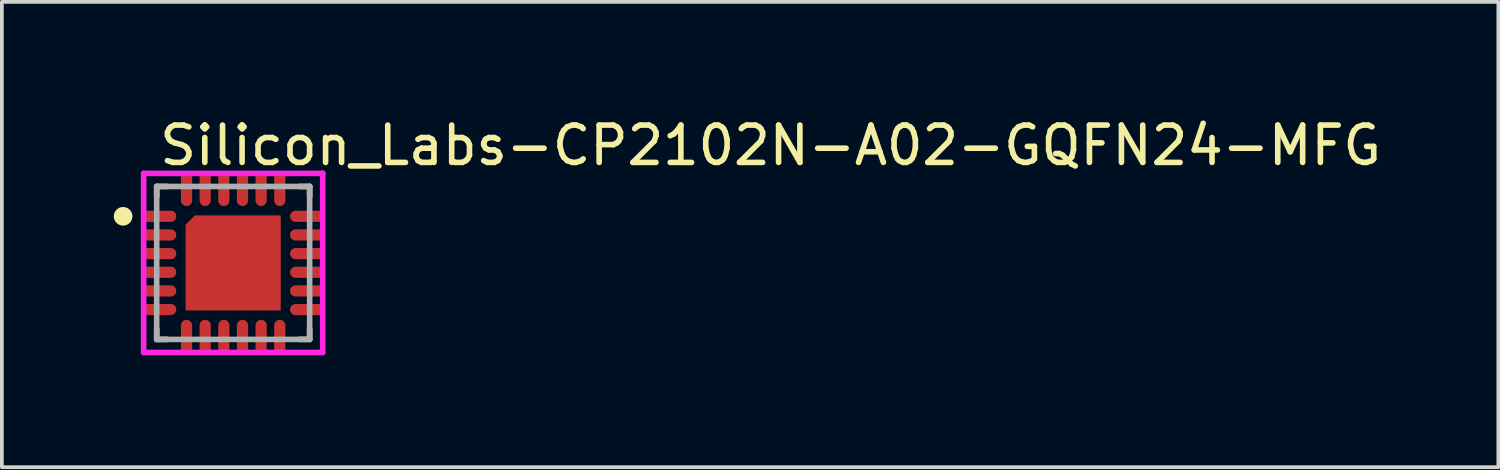
<source format=kicad_pcb>
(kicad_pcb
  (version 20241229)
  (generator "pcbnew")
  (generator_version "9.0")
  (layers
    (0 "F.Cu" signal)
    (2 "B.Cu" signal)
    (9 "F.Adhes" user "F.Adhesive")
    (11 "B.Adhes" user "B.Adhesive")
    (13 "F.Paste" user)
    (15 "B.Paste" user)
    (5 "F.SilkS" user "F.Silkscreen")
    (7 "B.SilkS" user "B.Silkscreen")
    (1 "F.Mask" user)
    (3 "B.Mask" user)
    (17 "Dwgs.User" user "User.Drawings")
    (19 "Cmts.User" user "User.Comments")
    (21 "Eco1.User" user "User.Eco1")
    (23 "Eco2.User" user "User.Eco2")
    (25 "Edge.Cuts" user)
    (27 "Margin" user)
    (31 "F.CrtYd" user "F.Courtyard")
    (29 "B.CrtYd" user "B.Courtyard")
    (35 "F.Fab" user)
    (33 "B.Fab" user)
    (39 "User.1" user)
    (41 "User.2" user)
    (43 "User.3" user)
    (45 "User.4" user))
  (footprint "Silicon_Labs-CP2102N-A02-GQFN24-MFG"
    (layer "F.Cu")
    (at 3.2 3.998)
    (property "Reference" "Silicon_Labs-CP2102N-A02-GQFN24-MFG" (at -2.05 -3.15 0) (layer "F.SilkS") (effects (font (size 1 1) (thickness 0.15)) (justify left)))
    (attr through_hole)
    (fp_line (start -2.05 -2.05) (end -1.775 -2.05) (stroke (width 0.15) (type solid)) (layer "F.SilkS"))
    (fp_line (start -2.05 -1.775) (end -2.05 -2.05) (stroke (width 0.15) (type solid)) (layer "F.SilkS"))
    (fp_line (start -2.05 2.05) (end -2.05 1.775) (stroke (width 0.15) (type solid)) (layer "F.SilkS"))
    (fp_line (start -2.05 2.05) (end -1.775 2.05) (stroke (width 0.15) (type solid)) (layer "F.SilkS"))
    (fp_line (start 1.775 -2.05) (end 2.05 -2.05) (stroke (width 0.15) (type solid)) (layer "F.SilkS"))
    (fp_line (start 1.775 2.05) (end 2.05 2.05) (stroke (width 0.15) (type solid)) (layer "F.SilkS"))
    (fp_line (start 2.05 -1.775) (end 2.05 -2.05) (stroke (width 0.15) (type solid)) (layer "F.SilkS"))
    (fp_line (start 2.05 2.05) (end 2.05 1.775) (stroke (width 0.15) (type solid)) (layer "F.SilkS"))
    (fp_circle (center -2.95 -1.25) (end -2.825 -1.25) (stroke (width 0.25) (type solid)) (fill no) (layer "F.SilkS"))
    (fp_line (start -2.4 -2.4) (end -2.4 2.4) (stroke (width 0.15) (type solid)) (layer "F.CrtYd"))
    (fp_line (start -2.4 2.4) (end 2.4 2.4) (stroke (width 0.15) (type solid)) (layer "F.CrtYd"))
    (fp_line (start 2.4 -2.4) (end -2.4 -2.4) (stroke (width 0.15) (type solid)) (layer "F.CrtYd"))
    (fp_line (start 2.4 -2.4) (end 2.4 -2.4) (stroke (width 0.15) (type solid)) (layer "F.CrtYd"))
    (fp_line (start 2.4 2.4) (end 2.4 -2.4) (stroke (width 0.15) (type solid)) (layer "F.CrtYd"))
    (fp_line (start -2.05 -2.05) (end 2.05 -2.05) (stroke (width 0.15) (type solid)) (layer "F.Fab"))
    (fp_line (start -2.05 2.05) (end -2.05 -2.05) (stroke (width 0.15) (type solid)) (layer "F.Fab"))
    (fp_line (start 2.05 -2.05) (end 2.05 2.05) (stroke (width 0.15) (type solid)) (layer "F.Fab"))
    (fp_line (start 2.05 2.05) (end -2.05 2.05) (stroke (width 0.15) (type solid)) (layer "F.Fab"))
    (pad "1" smd custom (at -1.95 -1.25) (size 0.3 0.3) (layers "F.Cu" "F.Mask" "F.Paste") (options (anchor circle)) (primitives (gr_poly (pts (xy -0.425 -0.15) (xy -0.425 0.15) (xy 0.275 0.15) (xy 0.287 0.15) (xy 0.298 0.148) (xy 0.31 0.146) (xy 0.321 0.143) (xy 0.332 0.139) (xy 0.343 0.134) (xy 0.353 0.128) (xy 0.363 0.121) (xy 0.372 0.114) (xy 0.381 0.106) (xy 0.389 0.097) (xy 0.396 0.088) (xy 0.403 0.078) (xy 0.409 0.068) (xy 0.414 0.057) (xy 0.418 0.046) (xy 0.421 0.035) (xy 0.423 0.023) (xy 0.425 0.012) (xy 0.425 0) (xy 0.425 -0.012) (xy 0.423 -0.023) (xy 0.421 -0.035) (xy 0.418 -0.046) (xy 0.414 -0.057) (xy 0.409 -0.068) (xy 0.403 -0.078) (xy 0.396 -0.088) (xy 0.389 -0.097) (xy 0.381 -0.106) (xy 0.372 -0.114) (xy 0.363 -0.121) (xy 0.353 -0.128) (xy 0.343 -0.134) (xy 0.332 -0.139) (xy 0.321 -0.143) (xy 0.31 -0.146) (xy 0.298 -0.148) (xy 0.287 -0.15) (xy 0.275 -0.15) (xy -0.425 -0.15)) (width 0) (fill yes))))
    (pad "2" smd custom (at -1.95 -0.75) (size 0.3 0.3) (layers "F.Cu" "F.Mask" "F.Paste") (options (anchor circle)) (primitives (gr_poly (pts (xy -0.425 -0.15) (xy -0.425 0.15) (xy 0.275 0.15) (xy 0.287 0.15) (xy 0.298 0.148) (xy 0.31 0.146) (xy 0.321 0.143) (xy 0.332 0.139) (xy 0.343 0.134) (xy 0.353 0.128) (xy 0.363 0.121) (xy 0.372 0.114) (xy 0.381 0.106) (xy 0.389 0.097) (xy 0.396 0.088) (xy 0.403 0.078) (xy 0.409 0.068) (xy 0.414 0.057) (xy 0.418 0.046) (xy 0.421 0.035) (xy 0.423 0.023) (xy 0.425 0.012) (xy 0.425 0) (xy 0.425 -0.012) (xy 0.423 -0.023) (xy 0.421 -0.035) (xy 0.418 -0.046) (xy 0.414 -0.057) (xy 0.409 -0.068) (xy 0.403 -0.078) (xy 0.396 -0.088) (xy 0.389 -0.097) (xy 0.381 -0.106) (xy 0.372 -0.114) (xy 0.363 -0.121) (xy 0.353 -0.128) (xy 0.343 -0.134) (xy 0.332 -0.139) (xy 0.321 -0.143) (xy 0.31 -0.146) (xy 0.298 -0.148) (xy 0.287 -0.15) (xy 0.275 -0.15) (xy -0.425 -0.15)) (width 0) (fill yes))))
    (pad "3" smd custom (at -1.95 -0.25) (size 0.3 0.3) (layers "F.Cu" "F.Mask" "F.Paste") (options (anchor circle)) (primitives (gr_poly (pts (xy -0.425 -0.15) (xy -0.425 0.15) (xy 0.275 0.15) (xy 0.287 0.15) (xy 0.298 0.148) (xy 0.31 0.146) (xy 0.321 0.143) (xy 0.332 0.139) (xy 0.343 0.134) (xy 0.353 0.128) (xy 0.363 0.121) (xy 0.372 0.114) (xy 0.381 0.106) (xy 0.389 0.097) (xy 0.396 0.088) (xy 0.403 0.078) (xy 0.409 0.068) (xy 0.414 0.057) (xy 0.418 0.046) (xy 0.421 0.035) (xy 0.423 0.023) (xy 0.425 0.012) (xy 0.425 0) (xy 0.425 -0.012) (xy 0.423 -0.023) (xy 0.421 -0.035) (xy 0.418 -0.046) (xy 0.414 -0.057) (xy 0.409 -0.068) (xy 0.403 -0.078) (xy 0.396 -0.088) (xy 0.389 -0.097) (xy 0.381 -0.106) (xy 0.372 -0.114) (xy 0.363 -0.121) (xy 0.353 -0.128) (xy 0.343 -0.134) (xy 0.332 -0.139) (xy 0.321 -0.143) (xy 0.31 -0.146) (xy 0.298 -0.148) (xy 0.287 -0.15) (xy 0.275 -0.15) (xy -0.425 -0.15)) (width 0) (fill yes))))
    (pad "4" smd custom (at -1.95 0.25) (size 0.3 0.3) (layers "F.Cu" "F.Mask" "F.Paste") (options (anchor circle)) (primitives (gr_poly (pts (xy -0.425 -0.15) (xy -0.425 0.15) (xy 0.275 0.15) (xy 0.287 0.15) (xy 0.298 0.148) (xy 0.31 0.146) (xy 0.321 0.143) (xy 0.332 0.139) (xy 0.343 0.134) (xy 0.353 0.128) (xy 0.363 0.121) (xy 0.372 0.114) (xy 0.381 0.106) (xy 0.389 0.097) (xy 0.396 0.088) (xy 0.403 0.078) (xy 0.409 0.068) (xy 0.414 0.057) (xy 0.418 0.046) (xy 0.421 0.035) (xy 0.423 0.023) (xy 0.425 0.012) (xy 0.425 0) (xy 0.425 -0.012) (xy 0.423 -0.023) (xy 0.421 -0.035) (xy 0.418 -0.046) (xy 0.414 -0.057) (xy 0.409 -0.068) (xy 0.403 -0.078) (xy 0.396 -0.088) (xy 0.389 -0.097) (xy 0.381 -0.106) (xy 0.372 -0.114) (xy 0.363 -0.121) (xy 0.353 -0.128) (xy 0.343 -0.134) (xy 0.332 -0.139) (xy 0.321 -0.143) (xy 0.31 -0.146) (xy 0.298 -0.148) (xy 0.287 -0.15) (xy 0.275 -0.15) (xy -0.425 -0.15)) (width 0) (fill yes))))
    (pad "5" smd custom (at -1.95 0.75) (size 0.3 0.3) (layers "F.Cu" "F.Mask" "F.Paste") (options (anchor circle)) (primitives (gr_poly (pts (xy -0.425 -0.15) (xy -0.425 0.15) (xy 0.275 0.15) (xy 0.287 0.15) (xy 0.298 0.148) (xy 0.31 0.146) (xy 0.321 0.143) (xy 0.332 0.139) (xy 0.343 0.134) (xy 0.353 0.128) (xy 0.363 0.121) (xy 0.372 0.114) (xy 0.381 0.106) (xy 0.389 0.097) (xy 0.396 0.088) (xy 0.403 0.078) (xy 0.409 0.068) (xy 0.414 0.057) (xy 0.418 0.046) (xy 0.421 0.035) (xy 0.423 0.023) (xy 0.425 0.012) (xy 0.425 0) (xy 0.425 -0.012) (xy 0.423 -0.023) (xy 0.421 -0.035) (xy 0.418 -0.046) (xy 0.414 -0.057) (xy 0.409 -0.068) (xy 0.403 -0.078) (xy 0.396 -0.088) (xy 0.389 -0.097) (xy 0.381 -0.106) (xy 0.372 -0.114) (xy 0.363 -0.121) (xy 0.353 -0.128) (xy 0.343 -0.134) (xy 0.332 -0.139) (xy 0.321 -0.143) (xy 0.31 -0.146) (xy 0.298 -0.148) (xy 0.287 -0.15) (xy 0.275 -0.15) (xy -0.425 -0.15)) (width 0) (fill yes))))
    (pad "6" smd custom (at -1.95 1.25) (size 0.3 0.3) (layers "F.Cu" "F.Mask" "F.Paste") (options (anchor circle)) (primitives (gr_poly (pts (xy -0.425 -0.15) (xy -0.425 0.15) (xy 0.275 0.15) (xy 0.287 0.15) (xy 0.298 0.148) (xy 0.31 0.146) (xy 0.321 0.143) (xy 0.332 0.139) (xy 0.343 0.134) (xy 0.353 0.128) (xy 0.363 0.121) (xy 0.372 0.114) (xy 0.381 0.106) (xy 0.389 0.097) (xy 0.396 0.088) (xy 0.403 0.078) (xy 0.409 0.068) (xy 0.414 0.057) (xy 0.418 0.046) (xy 0.421 0.035) (xy 0.423 0.023) (xy 0.425 0.012) (xy 0.425 0) (xy 0.425 -0.012) (xy 0.423 -0.023) (xy 0.421 -0.035) (xy 0.418 -0.046) (xy 0.414 -0.057) (xy 0.409 -0.068) (xy 0.403 -0.078) (xy 0.396 -0.088) (xy 0.389 -0.097) (xy 0.381 -0.106) (xy 0.372 -0.114) (xy 0.363 -0.121) (xy 0.353 -0.128) (xy 0.343 -0.134) (xy 0.332 -0.139) (xy 0.321 -0.143) (xy 0.31 -0.146) (xy 0.298 -0.148) (xy 0.287 -0.15) (xy 0.275 -0.15) (xy -0.425 -0.15)) (width 0) (fill yes))))
    (pad "7" smd custom (at -1.25 1.95) (size 0.3 0.3) (layers "F.Cu" "F.Mask" "F.Paste") (options (anchor circle)) (primitives (gr_poly (pts (xy -0.15 0.425) (xy 0.15 0.425) (xy 0.15 -0.275) (xy 0.15 -0.287) (xy 0.148 -0.298) (xy 0.146 -0.31) (xy 0.143 -0.321) (xy 0.139 -0.332) (xy 0.134 -0.343) (xy 0.128 -0.353) (xy 0.121 -0.363) (xy 0.114 -0.372) (xy 0.106 -0.381) (xy 0.097 -0.389) (xy 0.088 -0.396) (xy 0.078 -0.403) (xy 0.068 -0.409) (xy 0.057 -0.414) (xy 0.046 -0.418) (xy 0.035 -0.421) (xy 0.023 -0.423) (xy 0.012 -0.425) (xy 0 -0.425) (xy -0.012 -0.425) (xy -0.023 -0.423) (xy -0.035 -0.421) (xy -0.046 -0.418) (xy -0.057 -0.414) (xy -0.068 -0.409) (xy -0.078 -0.403) (xy -0.088 -0.396) (xy -0.097 -0.389) (xy -0.106 -0.381) (xy -0.114 -0.372) (xy -0.121 -0.363) (xy -0.128 -0.353) (xy -0.134 -0.343) (xy -0.139 -0.332) (xy -0.143 -0.321) (xy -0.146 -0.31) (xy -0.148 -0.298) (xy -0.15 -0.287) (xy -0.15 -0.275) (xy -0.15 0.425)) (width 0) (fill yes))))
    (pad "8" smd custom (at -0.75 1.95) (size 0.3 0.3) (layers "F.Cu" "F.Mask" "F.Paste") (options (anchor circle)) (primitives (gr_poly (pts (xy -0.15 0.425) (xy 0.15 0.425) (xy 0.15 -0.275) (xy 0.15 -0.287) (xy 0.148 -0.298) (xy 0.146 -0.31) (xy 0.143 -0.321) (xy 0.139 -0.332) (xy 0.134 -0.343) (xy 0.128 -0.353) (xy 0.121 -0.363) (xy 0.114 -0.372) (xy 0.106 -0.381) (xy 0.097 -0.389) (xy 0.088 -0.396) (xy 0.078 -0.403) (xy 0.068 -0.409) (xy 0.057 -0.414) (xy 0.046 -0.418) (xy 0.035 -0.421) (xy 0.023 -0.423) (xy 0.012 -0.425) (xy 0 -0.425) (xy -0.012 -0.425) (xy -0.023 -0.423) (xy -0.035 -0.421) (xy -0.046 -0.418) (xy -0.057 -0.414) (xy -0.068 -0.409) (xy -0.078 -0.403) (xy -0.088 -0.396) (xy -0.097 -0.389) (xy -0.106 -0.381) (xy -0.114 -0.372) (xy -0.121 -0.363) (xy -0.128 -0.353) (xy -0.134 -0.343) (xy -0.139 -0.332) (xy -0.143 -0.321) (xy -0.146 -0.31) (xy -0.148 -0.298) (xy -0.15 -0.287) (xy -0.15 -0.275) (xy -0.15 0.425)) (width 0) (fill yes))))
    (pad "9" smd custom (at -0.25 1.95) (size 0.3 0.3) (layers "F.Cu" "F.Mask" "F.Paste") (options (anchor circle)) (primitives (gr_poly (pts (xy -0.15 0.425) (xy 0.15 0.425) (xy 0.15 -0.275) (xy 0.15 -0.287) (xy 0.148 -0.298) (xy 0.146 -0.31) (xy 0.143 -0.321) (xy 0.139 -0.332) (xy 0.134 -0.343) (xy 0.128 -0.353) (xy 0.121 -0.363) (xy 0.114 -0.372) (xy 0.106 -0.381) (xy 0.097 -0.389) (xy 0.088 -0.396) (xy 0.078 -0.403) (xy 0.068 -0.409) (xy 0.057 -0.414) (xy 0.046 -0.418) (xy 0.035 -0.421) (xy 0.023 -0.423) (xy 0.012 -0.425) (xy 0 -0.425) (xy -0.012 -0.425) (xy -0.023 -0.423) (xy -0.035 -0.421) (xy -0.046 -0.418) (xy -0.057 -0.414) (xy -0.068 -0.409) (xy -0.078 -0.403) (xy -0.088 -0.396) (xy -0.097 -0.389) (xy -0.106 -0.381) (xy -0.114 -0.372) (xy -0.121 -0.363) (xy -0.128 -0.353) (xy -0.134 -0.343) (xy -0.139 -0.332) (xy -0.143 -0.321) (xy -0.146 -0.31) (xy -0.148 -0.298) (xy -0.15 -0.287) (xy -0.15 -0.275) (xy -0.15 0.425)) (width 0) (fill yes))))
    (pad "10" smd custom (at 0.25 1.95) (size 0.3 0.3) (layers "F.Cu" "F.Mask" "F.Paste") (options (anchor circle)) (primitives (gr_poly (pts (xy -0.15 0.425) (xy 0.15 0.425) (xy 0.15 -0.275) (xy 0.15 -0.287) (xy 0.148 -0.298) (xy 0.146 -0.31) (xy 0.143 -0.321) (xy 0.139 -0.332) (xy 0.134 -0.343) (xy 0.128 -0.353) (xy 0.121 -0.363) (xy 0.114 -0.372) (xy 0.106 -0.381) (xy 0.097 -0.389) (xy 0.088 -0.396) (xy 0.078 -0.403) (xy 0.068 -0.409) (xy 0.057 -0.414) (xy 0.046 -0.418) (xy 0.035 -0.421) (xy 0.023 -0.423) (xy 0.012 -0.425) (xy 0 -0.425) (xy -0.012 -0.425) (xy -0.023 -0.423) (xy -0.035 -0.421) (xy -0.046 -0.418) (xy -0.057 -0.414) (xy -0.068 -0.409) (xy -0.078 -0.403) (xy -0.088 -0.396) (xy -0.097 -0.389) (xy -0.106 -0.381) (xy -0.114 -0.372) (xy -0.121 -0.363) (xy -0.128 -0.353) (xy -0.134 -0.343) (xy -0.139 -0.332) (xy -0.143 -0.321) (xy -0.146 -0.31) (xy -0.148 -0.298) (xy -0.15 -0.287) (xy -0.15 -0.275) (xy -0.15 0.425)) (width 0) (fill yes))))
    (pad "11" smd custom (at 0.75 1.95) (size 0.3 0.3) (layers "F.Cu" "F.Mask" "F.Paste") (options (anchor circle)) (primitives (gr_poly (pts (xy -0.15 0.425) (xy 0.15 0.425) (xy 0.15 -0.275) (xy 0.15 -0.287) (xy 0.148 -0.298) (xy 0.146 -0.31) (xy 0.143 -0.321) (xy 0.139 -0.332) (xy 0.134 -0.343) (xy 0.128 -0.353) (xy 0.121 -0.363) (xy 0.114 -0.372) (xy 0.106 -0.381) (xy 0.097 -0.389) (xy 0.088 -0.396) (xy 0.078 -0.403) (xy 0.068 -0.409) (xy 0.057 -0.414) (xy 0.046 -0.418) (xy 0.035 -0.421) (xy 0.023 -0.423) (xy 0.012 -0.425) (xy 0 -0.425) (xy -0.012 -0.425) (xy -0.023 -0.423) (xy -0.035 -0.421) (xy -0.046 -0.418) (xy -0.057 -0.414) (xy -0.068 -0.409) (xy -0.078 -0.403) (xy -0.088 -0.396) (xy -0.097 -0.389) (xy -0.106 -0.381) (xy -0.114 -0.372) (xy -0.121 -0.363) (xy -0.128 -0.353) (xy -0.134 -0.343) (xy -0.139 -0.332) (xy -0.143 -0.321) (xy -0.146 -0.31) (xy -0.148 -0.298) (xy -0.15 -0.287) (xy -0.15 -0.275) (xy -0.15 0.425)) (width 0) (fill yes))))
    (pad "12" smd custom (at 1.25 1.95) (size 0.3 0.3) (layers "F.Cu" "F.Mask" "F.Paste") (options (anchor circle)) (primitives (gr_poly (pts (xy -0.15 0.425) (xy 0.15 0.425) (xy 0.15 -0.275) (xy 0.15 -0.287) (xy 0.148 -0.298) (xy 0.146 -0.31) (xy 0.143 -0.321) (xy 0.139 -0.332) (xy 0.134 -0.343) (xy 0.128 -0.353) (xy 0.121 -0.363) (xy 0.114 -0.372) (xy 0.106 -0.381) (xy 0.097 -0.389) (xy 0.088 -0.396) (xy 0.078 -0.403) (xy 0.068 -0.409) (xy 0.057 -0.414) (xy 0.046 -0.418) (xy 0.035 -0.421) (xy 0.023 -0.423) (xy 0.012 -0.425) (xy 0 -0.425) (xy -0.012 -0.425) (xy -0.023 -0.423) (xy -0.035 -0.421) (xy -0.046 -0.418) (xy -0.057 -0.414) (xy -0.068 -0.409) (xy -0.078 -0.403) (xy -0.088 -0.396) (xy -0.097 -0.389) (xy -0.106 -0.381) (xy -0.114 -0.372) (xy -0.121 -0.363) (xy -0.128 -0.353) (xy -0.134 -0.343) (xy -0.139 -0.332) (xy -0.143 -0.321) (xy -0.146 -0.31) (xy -0.148 -0.298) (xy -0.15 -0.287) (xy -0.15 -0.275) (xy -0.15 0.425)) (width 0) (fill yes))))
    (pad "13" smd custom (at 1.95 1.25) (size 0.3 0.3) (layers "F.Cu" "F.Mask" "F.Paste") (options (anchor circle)) (primitives (gr_poly (pts (xy 0.425 0.15) (xy 0.425 -0.15) (xy -0.275 -0.15) (xy -0.287 -0.15) (xy -0.298 -0.148) (xy -0.31 -0.146) (xy -0.321 -0.143) (xy -0.332 -0.139) (xy -0.343 -0.134) (xy -0.353 -0.128) (xy -0.363 -0.121) (xy -0.372 -0.114) (xy -0.381 -0.106) (xy -0.389 -0.097) (xy -0.396 -0.088) (xy -0.403 -0.078) (xy -0.409 -0.068) (xy -0.414 -0.057) (xy -0.418 -0.046) (xy -0.421 -0.035) (xy -0.423 -0.023) (xy -0.425 -0.012) (xy -0.425 0) (xy -0.425 0.012) (xy -0.423 0.023) (xy -0.421 0.035) (xy -0.418 0.046) (xy -0.414 0.057) (xy -0.409 0.068) (xy -0.403 0.078) (xy -0.396 0.088) (xy -0.389 0.097) (xy -0.381 0.106) (xy -0.372 0.114) (xy -0.363 0.121) (xy -0.353 0.128) (xy -0.343 0.134) (xy -0.332 0.139) (xy -0.321 0.143) (xy -0.31 0.146) (xy -0.298 0.148) (xy -0.287 0.15) (xy -0.275 0.15) (xy 0.425 0.15)) (width 0) (fill yes))))
    (pad "14" smd custom (at 1.95 0.75) (size 0.3 0.3) (layers "F.Cu" "F.Mask" "F.Paste") (options (anchor circle)) (primitives (gr_poly (pts (xy 0.425 0.15) (xy 0.425 -0.15) (xy -0.275 -0.15) (xy -0.287 -0.15) (xy -0.298 -0.148) (xy -0.31 -0.146) (xy -0.321 -0.143) (xy -0.332 -0.139) (xy -0.343 -0.134) (xy -0.353 -0.128) (xy -0.363 -0.121) (xy -0.372 -0.114) (xy -0.381 -0.106) (xy -0.389 -0.097) (xy -0.396 -0.088) (xy -0.403 -0.078) (xy -0.409 -0.068) (xy -0.414 -0.057) (xy -0.418 -0.046) (xy -0.421 -0.035) (xy -0.423 -0.023) (xy -0.425 -0.012) (xy -0.425 0) (xy -0.425 0.012) (xy -0.423 0.023) (xy -0.421 0.035) (xy -0.418 0.046) (xy -0.414 0.057) (xy -0.409 0.068) (xy -0.403 0.078) (xy -0.396 0.088) (xy -0.389 0.097) (xy -0.381 0.106) (xy -0.372 0.114) (xy -0.363 0.121) (xy -0.353 0.128) (xy -0.343 0.134) (xy -0.332 0.139) (xy -0.321 0.143) (xy -0.31 0.146) (xy -0.298 0.148) (xy -0.287 0.15) (xy -0.275 0.15) (xy 0.425 0.15)) (width 0) (fill yes))))
    (pad "15" smd custom (at 1.95 0.25) (size 0.3 0.3) (layers "F.Cu" "F.Mask" "F.Paste") (options (anchor circle)) (primitives (gr_poly (pts (xy 0.425 0.15) (xy 0.425 -0.15) (xy -0.275 -0.15) (xy -0.287 -0.15) (xy -0.298 -0.148) (xy -0.31 -0.146) (xy -0.321 -0.143) (xy -0.332 -0.139) (xy -0.343 -0.134) (xy -0.353 -0.128) (xy -0.363 -0.121) (xy -0.372 -0.114) (xy -0.381 -0.106) (xy -0.389 -0.097) (xy -0.396 -0.088) (xy -0.403 -0.078) (xy -0.409 -0.068) (xy -0.414 -0.057) (xy -0.418 -0.046) (xy -0.421 -0.035) (xy -0.423 -0.023) (xy -0.425 -0.012) (xy -0.425 0) (xy -0.425 0.012) (xy -0.423 0.023) (xy -0.421 0.035) (xy -0.418 0.046) (xy -0.414 0.057) (xy -0.409 0.068) (xy -0.403 0.078) (xy -0.396 0.088) (xy -0.389 0.097) (xy -0.381 0.106) (xy -0.372 0.114) (xy -0.363 0.121) (xy -0.353 0.128) (xy -0.343 0.134) (xy -0.332 0.139) (xy -0.321 0.143) (xy -0.31 0.146) (xy -0.298 0.148) (xy -0.287 0.15) (xy -0.275 0.15) (xy 0.425 0.15)) (width 0) (fill yes))))
    (pad "16" smd custom (at 1.95 -0.25) (size 0.3 0.3) (layers "F.Cu" "F.Mask" "F.Paste") (options (anchor circle)) (primitives (gr_poly (pts (xy 0.425 0.15) (xy 0.425 -0.15) (xy -0.275 -0.15) (xy -0.287 -0.15) (xy -0.298 -0.148) (xy -0.31 -0.146) (xy -0.321 -0.143) (xy -0.332 -0.139) (xy -0.343 -0.134) (xy -0.353 -0.128) (xy -0.363 -0.121) (xy -0.372 -0.114) (xy -0.381 -0.106) (xy -0.389 -0.097) (xy -0.396 -0.088) (xy -0.403 -0.078) (xy -0.409 -0.068) (xy -0.414 -0.057) (xy -0.418 -0.046) (xy -0.421 -0.035) (xy -0.423 -0.023) (xy -0.425 -0.012) (xy -0.425 0) (xy -0.425 0.012) (xy -0.423 0.023) (xy -0.421 0.035) (xy -0.418 0.046) (xy -0.414 0.057) (xy -0.409 0.068) (xy -0.403 0.078) (xy -0.396 0.088) (xy -0.389 0.097) (xy -0.381 0.106) (xy -0.372 0.114) (xy -0.363 0.121) (xy -0.353 0.128) (xy -0.343 0.134) (xy -0.332 0.139) (xy -0.321 0.143) (xy -0.31 0.146) (xy -0.298 0.148) (xy -0.287 0.15) (xy -0.275 0.15) (xy 0.425 0.15)) (width 0) (fill yes))))
    (pad "17" smd custom (at 1.95 -0.75) (size 0.3 0.3) (layers "F.Cu" "F.Mask" "F.Paste") (options (anchor circle)) (primitives (gr_poly (pts (xy 0.425 0.15) (xy 0.425 -0.15) (xy -0.275 -0.15) (xy -0.287 -0.15) (xy -0.298 -0.148) (xy -0.31 -0.146) (xy -0.321 -0.143) (xy -0.332 -0.139) (xy -0.343 -0.134) (xy -0.353 -0.128) (xy -0.363 -0.121) (xy -0.372 -0.114) (xy -0.381 -0.106) (xy -0.389 -0.097) (xy -0.396 -0.088) (xy -0.403 -0.078) (xy -0.409 -0.068) (xy -0.414 -0.057) (xy -0.418 -0.046) (xy -0.421 -0.035) (xy -0.423 -0.023) (xy -0.425 -0.012) (xy -0.425 0) (xy -0.425 0.012) (xy -0.423 0.023) (xy -0.421 0.035) (xy -0.418 0.046) (xy -0.414 0.057) (xy -0.409 0.068) (xy -0.403 0.078) (xy -0.396 0.088) (xy -0.389 0.097) (xy -0.381 0.106) (xy -0.372 0.114) (xy -0.363 0.121) (xy -0.353 0.128) (xy -0.343 0.134) (xy -0.332 0.139) (xy -0.321 0.143) (xy -0.31 0.146) (xy -0.298 0.148) (xy -0.287 0.15) (xy -0.275 0.15) (xy 0.425 0.15)) (width 0) (fill yes))))
    (pad "18" smd custom (at 1.95 -1.25) (size 0.3 0.3) (layers "F.Cu" "F.Mask" "F.Paste") (options (anchor circle)) (primitives (gr_poly (pts (xy 0.425 0.15) (xy 0.425 -0.15) (xy -0.275 -0.15) (xy -0.287 -0.15) (xy -0.298 -0.148) (xy -0.31 -0.146) (xy -0.321 -0.143) (xy -0.332 -0.139) (xy -0.343 -0.134) (xy -0.353 -0.128) (xy -0.363 -0.121) (xy -0.372 -0.114) (xy -0.381 -0.106) (xy -0.389 -0.097) (xy -0.396 -0.088) (xy -0.403 -0.078) (xy -0.409 -0.068) (xy -0.414 -0.057) (xy -0.418 -0.046) (xy -0.421 -0.035) (xy -0.423 -0.023) (xy -0.425 -0.012) (xy -0.425 0) (xy -0.425 0.012) (xy -0.423 0.023) (xy -0.421 0.035) (xy -0.418 0.046) (xy -0.414 0.057) (xy -0.409 0.068) (xy -0.403 0.078) (xy -0.396 0.088) (xy -0.389 0.097) (xy -0.381 0.106) (xy -0.372 0.114) (xy -0.363 0.121) (xy -0.353 0.128) (xy -0.343 0.134) (xy -0.332 0.139) (xy -0.321 0.143) (xy -0.31 0.146) (xy -0.298 0.148) (xy -0.287 0.15) (xy -0.275 0.15) (xy 0.425 0.15)) (width 0) (fill yes))))
    (pad "19" smd custom (at 1.25 -1.95) (size 0.3 0.3) (layers "F.Cu" "F.Mask" "F.Paste") (options (anchor circle)) (primitives (gr_poly (pts (xy 0.15 -0.425) (xy -0.15 -0.425) (xy -0.15 0.275) (xy -0.15 0.287) (xy -0.148 0.298) (xy -0.146 0.31) (xy -0.143 0.321) (xy -0.139 0.332) (xy -0.134 0.343) (xy -0.128 0.353) (xy -0.121 0.363) (xy -0.114 0.372) (xy -0.106 0.381) (xy -0.097 0.389) (xy -0.088 0.396) (xy -0.078 0.403) (xy -0.068 0.409) (xy -0.057 0.414) (xy -0.046 0.418) (xy -0.035 0.421) (xy -0.023 0.423) (xy -0.012 0.425) (xy 0 0.425) (xy 0.012 0.425) (xy 0.023 0.423) (xy 0.035 0.421) (xy 0.046 0.418) (xy 0.057 0.414) (xy 0.068 0.409) (xy 0.078 0.403) (xy 0.088 0.396) (xy 0.097 0.389) (xy 0.106 0.381) (xy 0.114 0.372) (xy 0.121 0.363) (xy 0.128 0.353) (xy 0.134 0.343) (xy 0.139 0.332) (xy 0.143 0.321) (xy 0.146 0.31) (xy 0.148 0.298) (xy 0.15 0.287) (xy 0.15 0.275) (xy 0.15 -0.425)) (width 0) (fill yes))))
    (pad "20" smd custom (at 0.75 -1.95) (size 0.3 0.3) (layers "F.Cu" "F.Mask" "F.Paste") (options (anchor circle)) (primitives (gr_poly (pts (xy 0.15 -0.425) (xy -0.15 -0.425) (xy -0.15 0.275) (xy -0.15 0.287) (xy -0.148 0.298) (xy -0.146 0.31) (xy -0.143 0.321) (xy -0.139 0.332) (xy -0.134 0.343) (xy -0.128 0.353) (xy -0.121 0.363) (xy -0.114 0.372) (xy -0.106 0.381) (xy -0.097 0.389) (xy -0.088 0.396) (xy -0.078 0.403) (xy -0.068 0.409) (xy -0.057 0.414) (xy -0.046 0.418) (xy -0.035 0.421) (xy -0.023 0.423) (xy -0.012 0.425) (xy 0 0.425) (xy 0.012 0.425) (xy 0.023 0.423) (xy 0.035 0.421) (xy 0.046 0.418) (xy 0.057 0.414) (xy 0.068 0.409) (xy 0.078 0.403) (xy 0.088 0.396) (xy 0.097 0.389) (xy 0.106 0.381) (xy 0.114 0.372) (xy 0.121 0.363) (xy 0.128 0.353) (xy 0.134 0.343) (xy 0.139 0.332) (xy 0.143 0.321) (xy 0.146 0.31) (xy 0.148 0.298) (xy 0.15 0.287) (xy 0.15 0.275) (xy 0.15 -0.425)) (width 0) (fill yes))))
    (pad "21" smd custom (at 0.25 -1.95) (size 0.3 0.3) (layers "F.Cu" "F.Mask" "F.Paste") (options (anchor circle)) (primitives (gr_poly (pts (xy 0.15 -0.425) (xy -0.15 -0.425) (xy -0.15 0.275) (xy -0.15 0.287) (xy -0.148 0.298) (xy -0.146 0.31) (xy -0.143 0.321) (xy -0.139 0.332) (xy -0.134 0.343) (xy -0.128 0.353) (xy -0.121 0.363) (xy -0.114 0.372) (xy -0.106 0.381) (xy -0.097 0.389) (xy -0.088 0.396) (xy -0.078 0.403) (xy -0.068 0.409) (xy -0.057 0.414) (xy -0.046 0.418) (xy -0.035 0.421) (xy -0.023 0.423) (xy -0.012 0.425) (xy 0 0.425) (xy 0.012 0.425) (xy 0.023 0.423) (xy 0.035 0.421) (xy 0.046 0.418) (xy 0.057 0.414) (xy 0.068 0.409) (xy 0.078 0.403) (xy 0.088 0.396) (xy 0.097 0.389) (xy 0.106 0.381) (xy 0.114 0.372) (xy 0.121 0.363) (xy 0.128 0.353) (xy 0.134 0.343) (xy 0.139 0.332) (xy 0.143 0.321) (xy 0.146 0.31) (xy 0.148 0.298) (xy 0.15 0.287) (xy 0.15 0.275) (xy 0.15 -0.425)) (width 0) (fill yes))))
    (pad "22" smd custom (at -0.25 -1.95) (size 0.3 0.3) (layers "F.Cu" "F.Mask" "F.Paste") (options (anchor circle)) (primitives (gr_poly (pts (xy 0.15 -0.425) (xy -0.15 -0.425) (xy -0.15 0.275) (xy -0.15 0.287) (xy -0.148 0.298) (xy -0.146 0.31) (xy -0.143 0.321) (xy -0.139 0.332) (xy -0.134 0.343) (xy -0.128 0.353) (xy -0.121 0.363) (xy -0.114 0.372) (xy -0.106 0.381) (xy -0.097 0.389) (xy -0.088 0.396) (xy -0.078 0.403) (xy -0.068 0.409) (xy -0.057 0.414) (xy -0.046 0.418) (xy -0.035 0.421) (xy -0.023 0.423) (xy -0.012 0.425) (xy 0 0.425) (xy 0.012 0.425) (xy 0.023 0.423) (xy 0.035 0.421) (xy 0.046 0.418) (xy 0.057 0.414) (xy 0.068 0.409) (xy 0.078 0.403) (xy 0.088 0.396) (xy 0.097 0.389) (xy 0.106 0.381) (xy 0.114 0.372) (xy 0.121 0.363) (xy 0.128 0.353) (xy 0.134 0.343) (xy 0.139 0.332) (xy 0.143 0.321) (xy 0.146 0.31) (xy 0.148 0.298) (xy 0.15 0.287) (xy 0.15 0.275) (xy 0.15 -0.425)) (width 0) (fill yes))))
    (pad "23" smd custom (at -0.75 -1.95) (size 0.3 0.3) (layers "F.Cu" "F.Mask" "F.Paste") (options (anchor circle)) (primitives (gr_poly (pts (xy 0.15 -0.425) (xy -0.15 -0.425) (xy -0.15 0.275) (xy -0.15 0.287) (xy -0.148 0.298) (xy -0.146 0.31) (xy -0.143 0.321) (xy -0.139 0.332) (xy -0.134 0.343) (xy -0.128 0.353) (xy -0.121 0.363) (xy -0.114 0.372) (xy -0.106 0.381) (xy -0.097 0.389) (xy -0.088 0.396) (xy -0.078 0.403) (xy -0.068 0.409) (xy -0.057 0.414) (xy -0.046 0.418) (xy -0.035 0.421) (xy -0.023 0.423) (xy -0.012 0.425) (xy 0 0.425) (xy 0.012 0.425) (xy 0.023 0.423) (xy 0.035 0.421) (xy 0.046 0.418) (xy 0.057 0.414) (xy 0.068 0.409) (xy 0.078 0.403) (xy 0.088 0.396) (xy 0.097 0.389) (xy 0.106 0.381) (xy 0.114 0.372) (xy 0.121 0.363) (xy 0.128 0.353) (xy 0.134 0.343) (xy 0.139 0.332) (xy 0.143 0.321) (xy 0.146 0.31) (xy 0.148 0.298) (xy 0.15 0.287) (xy 0.15 0.275) (xy 0.15 -0.425)) (width 0) (fill yes))))
    (pad "24" smd custom (at -1.25 -1.95) (size 0.3 0.3) (layers "F.Cu" "F.Mask" "F.Paste") (options (anchor circle)) (primitives (gr_poly (pts (xy 0.15 -0.425) (xy -0.15 -0.425) (xy -0.15 0.275) (xy -0.15 0.287) (xy -0.148 0.298) (xy -0.146 0.31) (xy -0.143 0.321) (xy -0.139 0.332) (xy -0.134 0.343) (xy -0.128 0.353) (xy -0.121 0.363) (xy -0.114 0.372) (xy -0.106 0.381) (xy -0.097 0.389) (xy -0.088 0.396) (xy -0.078 0.403) (xy -0.068 0.409) (xy -0.057 0.414) (xy -0.046 0.418) (xy -0.035 0.421) (xy -0.023 0.423) (xy -0.012 0.425) (xy 0 0.425) (xy 0.012 0.425) (xy 0.023 0.423) (xy 0.035 0.421) (xy 0.046 0.418) (xy 0.057 0.414) (xy 0.068 0.409) (xy 0.078 0.403) (xy 0.088 0.396) (xy 0.097 0.389) (xy 0.106 0.381) (xy 0.114 0.372) (xy 0.121 0.363) (xy 0.128 0.353) (xy 0.134 0.343) (xy 0.139 0.332) (xy 0.143 0.321) (xy 0.146 0.31) (xy 0.148 0.298) (xy 0.15 0.287) (xy 0.15 0.275) (xy 0.15 -0.425)) (width 0) (fill yes))))
    (pad "25" smd custom (at 0 0) (size 1 1) (layers "F.Cu" "F.Mask" "F.Paste") (options (anchor circle)) (primitives (gr_poly (pts (xy -1.275 1.275) (xy 1.275 1.275) (xy 1.275 -1.275) (xy -1.025 -1.275) (xy -1.275 -1.025) (xy -1.275 1.275)) (width 0) (fill yes)))))
  (gr_rect
    (start -3 -3)
    (end 37.114 9.473)
    (stroke (width 0.1) (type default))
    (fill no)
    (layer "Edge.Cuts")))
</source>
